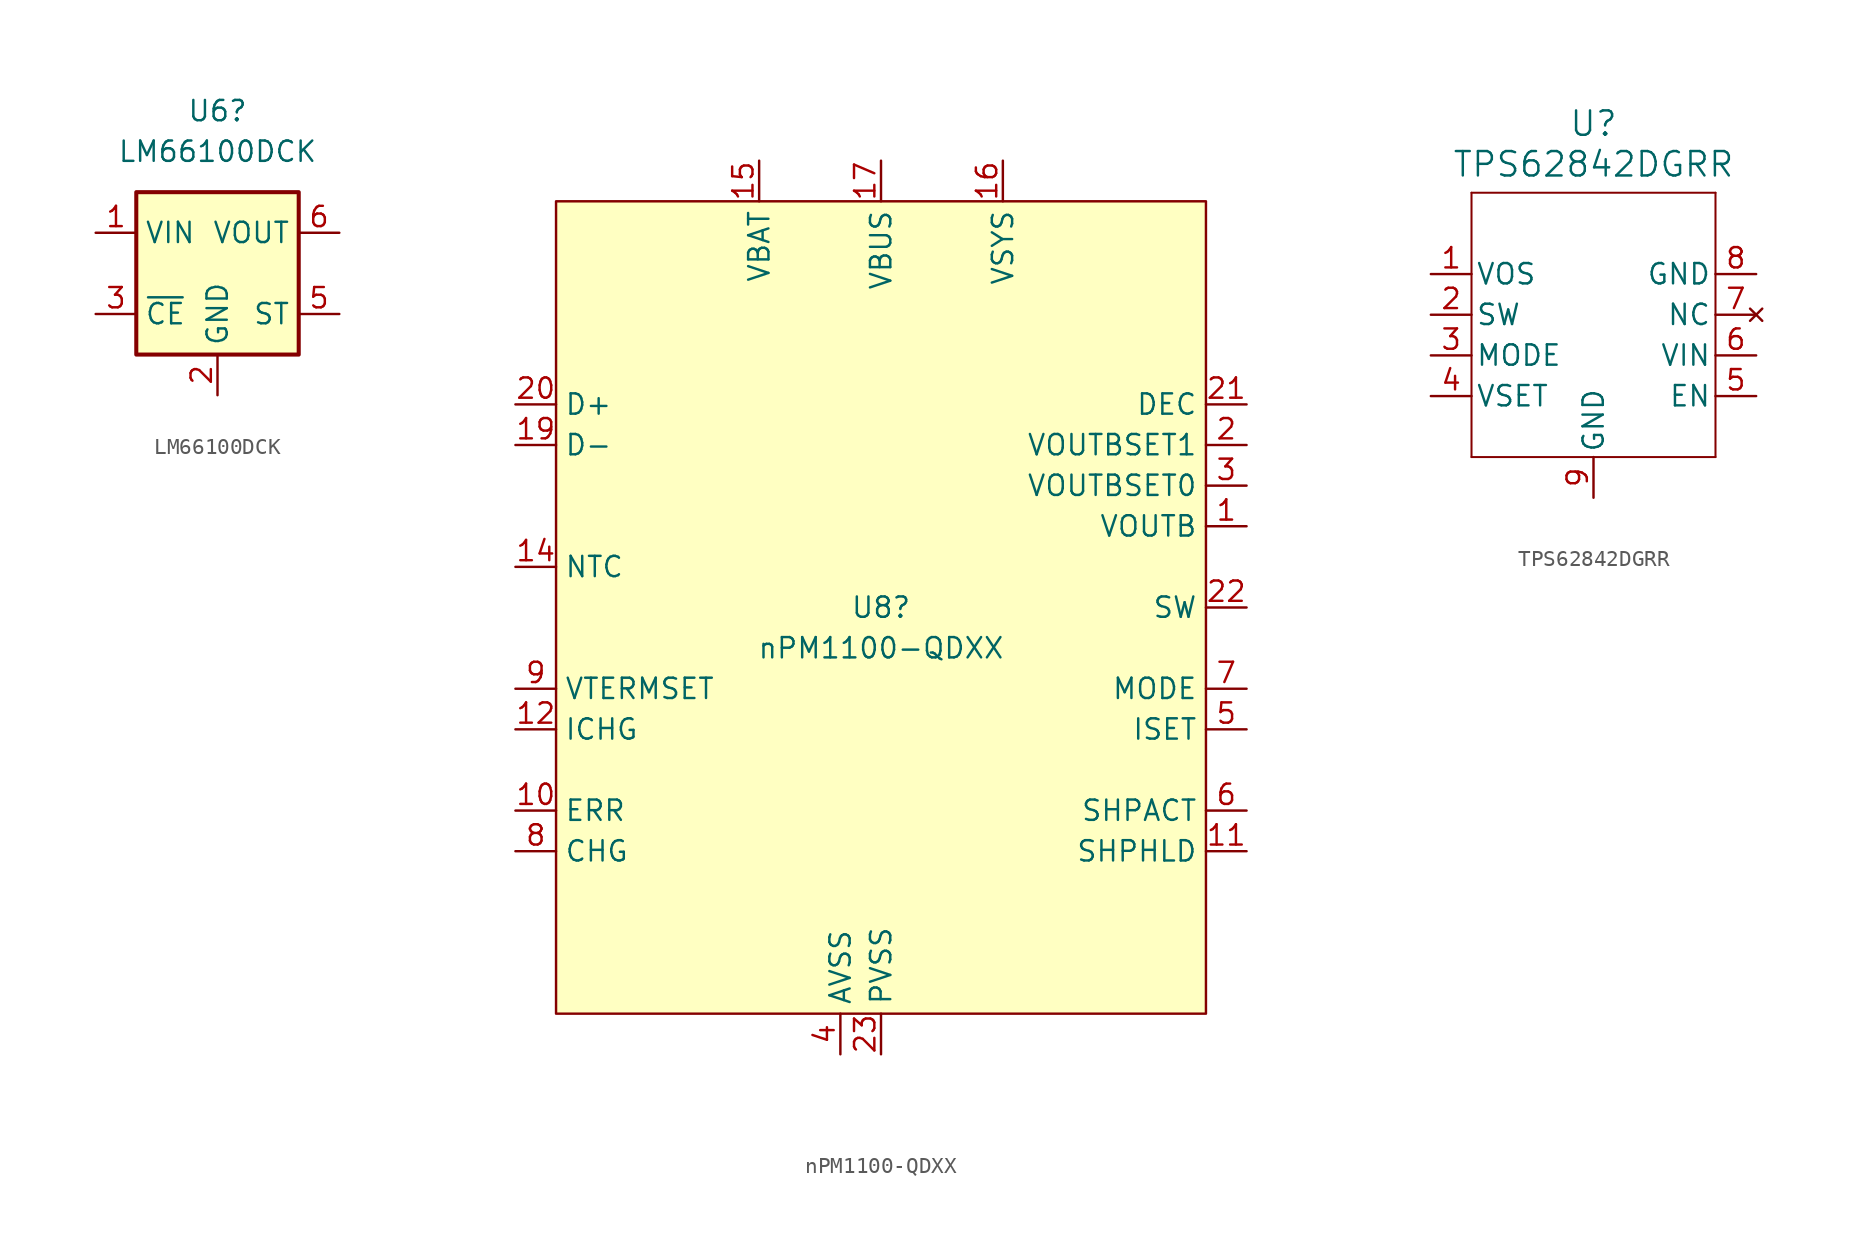
<source format=kicad_sym>
(kicad_symbol_lib
  (version 20241209)
  (generator "kicad_symbol_editor")
  (generator_version "9.0")
  (symbol "LM66100DCK"
    (property "Reference" "U6"
      (at 0 10.16 0)
      (effects (font (size 1.27 1.27))))
    (property "Value" "LM66100DCK"
      (at 0 7.62 0)
      (effects (font (size 1.27 1.27))))
    (symbol "LM66100DCK_0_1"
      (rectangle (start -5.08 5.08) (end 5.08 -5.08) (stroke (width 0.254) (type default)) (fill (type background))))
    (symbol "LM66100DCK_1_1"
      (pin power_in line (at -7.62 2.54 0) (length 2.54) (name "VIN" (effects (font (size 1.27 1.27)))) (number "1" (effects (font (size 1.27 1.27)))))
      (pin input line (at -7.62 -2.54 0) (length 2.54) (name "~{CE}" (effects (font (size 1.27 1.27)))) (number "3" (effects (font (size 1.27 1.27)))))
      (pin no_connect line (at 0 5.08 270) (length 2.54) (hide yes) (name "NC" (effects (font (size 1.27 1.27)))) (number "4" (effects (font (size 1.27 1.27)))))
      (pin power_in line (at 0 -7.62 90) (length 2.54) (name "GND" (effects (font (size 1.27 1.27)))) (number "2" (effects (font (size 1.27 1.27)))))
      (pin power_out line (at 7.62 2.54 180) (length 2.54) (name "VOUT" (effects (font (size 1.27 1.27)))) (number "6" (effects (font (size 1.27 1.27)))))
      (pin open_collector line (at 7.62 -2.54 180) (length 2.54) (name "ST" (effects (font (size 1.27 1.27)))) (number "5" (effects (font (size 1.27 1.27)))))))
  (symbol "nPM1100-QDXX"
    (property "Reference" "U8"
      (at 0 0 0)
      (do_not_autoplace)
      (effects (font (size 1.27 1.27))))
    (property "Value" "nPM1100-QDXX"
      (at 0 -2.54 0)
      (do_not_autoplace)
      (effects (font (size 1.27 1.27))))
    (symbol "nPM1100-QDXX_0_0"
      (pin bidirectional line (at -22.86 12.7 0) (length 2.54) (name "D+" (effects (font (size 1.27 1.27)))) (number "20" (effects (font (size 1.27 1.27)))))
      (pin bidirectional line (at -22.86 10.16 0) (length 2.54) (name "D-" (effects (font (size 1.27 1.27)))) (number "19" (effects (font (size 1.27 1.27)))))
      (pin passive line (at -22.86 2.54 0) (length 2.54) (name "NTC" (effects (font (size 1.27 1.27)))) (number "14" (effects (font (size 1.27 1.27)))))
      (pin passive line (at -22.86 -5.08 0) (length 2.54) (name "VTERMSET" (effects (font (size 1.27 1.27)))) (number "9" (effects (font (size 1.27 1.27)))))
      (pin passive line (at -22.86 -7.62 0) (length 2.54) (name "ICHG" (effects (font (size 1.27 1.27)))) (number "12" (effects (font (size 1.27 1.27)))))
      (pin passive line (at -22.86 -12.7 0) (length 2.54) (name "ERR" (effects (font (size 1.27 1.27)))) (number "10" (effects (font (size 1.27 1.27)))))
      (pin passive line (at -22.86 -15.24 0) (length 2.54) (name "CHG" (effects (font (size 1.27 1.27)))) (number "8" (effects (font (size 1.27 1.27)))))
      (pin bidirectional line (at -7.62 27.94 270) (length 2.54) (name "VBAT" (effects (font (size 1.27 1.27)))) (number "15" (effects (font (size 1.27 1.27)))))
      (pin power_in line (at 0 27.94 270) (length 2.54) (name "VBUS" (effects (font (size 1.27 1.27)))) (number "17" (effects (font (size 1.27 1.27)))))
      (pin power_in line (at 0 -27.94 90) (length 2.54) (name "PVSS" (effects (font (size 1.27 1.27)))) (number "23" (effects (font (size 1.27 1.27)))))
      (pin power_out line (at 7.62 27.94 270) (length 2.54) (name "VSYS" (effects (font (size 1.27 1.27)))) (number "16" (effects (font (size 1.27 1.27)))))
      (pin passive line (at 22.86 12.7 180) (length 2.54) (name "DEC" (effects (font (size 1.27 1.27)))) (number "21" (effects (font (size 1.27 1.27)))))
      (pin passive line (at 22.86 10.16 180) (length 2.54) (name "VOUTBSET1" (effects (font (size 1.27 1.27)))) (number "2" (effects (font (size 1.27 1.27)))))
      (pin power_out line (at 22.86 5.08 180) (length 2.54) (name "VOUTB" (effects (font (size 1.27 1.27)))) (number "1" (effects (font (size 1.27 1.27)))))
      (pin passive line (at 22.86 0 180) (length 2.54) (name "SW" (effects (font (size 1.27 1.27)))) (number "22" (effects (font (size 1.27 1.27)))))
      (pin passive line (at 22.86 -5.08 180) (length 2.54) (name "MODE" (effects (font (size 1.27 1.27)))) (number "7" (effects (font (size 1.27 1.27)))))
      (pin passive line (at 22.86 -7.62 180) (length 2.54) (name "ISET" (effects (font (size 1.27 1.27)))) (number "5" (effects (font (size 1.27 1.27)))))
      (pin passive line (at 22.86 -12.7 180) (length 2.54) (name "SHPACT" (effects (font (size 1.27 1.27)))) (number "6" (effects (font (size 1.27 1.27)))))
      (pin passive line (at 22.86 -15.24 180) (length 2.54) (name "SHPHLD" (effects (font (size 1.27 1.27)))) (number "11" (effects (font (size 1.27 1.27))))))
    (symbol "nPM1100-QDXX_1_0"
      (pin passive line (at -2.54 -27.94 90) (length 2.54) (hide yes) (name "AVSS" (effects (font (size 1.27 1.27)))) (number "25" (effects (font (size 1.27 1.27)))))
      (pin power_in line (at -2.54 -27.94 90) (length 2.54) (name "AVSS" (effects (font (size 1.27 1.27)))) (number "4" (effects (font (size 1.27 1.27)))))
      (pin no_connect line (at 7.62 -25.4 90) (length 2.54) (hide yes) (name "NC" (effects (font (size 1.27 1.27)))) (number "24" (effects (font (size 1.27 1.27)))))
      (pin no_connect line (at 10.16 -25.4 90) (length 2.54) (hide yes) (name "NC" (effects (font (size 1.27 1.27)))) (number "13" (effects (font (size 1.27 1.27)))))
      (pin no_connect line (at 12.7 -25.4 90) (length 2.54) (hide yes) (name "NC" (effects (font (size 1.27 1.27)))) (number "18" (effects (font (size 1.27 1.27)))))
      (pin passive line (at 22.86 7.62 180) (length 2.54) (name "VOUTBSET0" (effects (font (size 1.27 1.27)))) (number "3" (effects (font (size 1.27 1.27))))))
    (symbol "nPM1100-QDXX_1_1"
      (rectangle (start -20.32 25.4) (end 20.32 -25.4) (stroke (width 0) (type default)) (fill (type background)))))
  (symbol "TPS62842DGRR"
    (pin_names
      (offset 0.254))
    (property "Reference" "U"
      (at 0 13.208 0)
      (effects (font (size 1.524 1.524))))
    (property "Value" "TPS62842DGRR"
      (at 0 10.668 0)
      (effects (font (size 1.524 1.524))))
    (symbol "TPS62842DGRR_0_1"
      (polyline (pts (xy -7.62 8.89) (xy -7.62 -7.62)) (stroke (width 0.127) (type default)) (fill (type none)))
      (polyline (pts (xy -7.62 -7.62) (xy 7.62 -7.62)) (stroke (width 0.127) (type default)) (fill (type none)))
      (polyline (pts (xy 7.62 8.89) (xy -7.62 8.89)) (stroke (width 0.127) (type default)) (fill (type none)))
      (polyline (pts (xy 7.62 -7.62) (xy 7.62 8.89)) (stroke (width 0.127) (type default)) (fill (type none))))
    (symbol "TPS62842DGRR_1_1"
      (pin power_out line (at -10.16 3.81 0) (length 2.54) (name "VOS" (effects (font (size 1.27 1.27)))) (number "1" (effects (font (size 1.27 1.27)))))
      (pin power_out line (at -10.16 1.27 0) (length 2.54) (name "SW" (effects (font (size 1.27 1.27)))) (number "2" (effects (font (size 1.27 1.27)))))
      (pin input line (at -10.16 -1.27 0) (length 2.54) (name "MODE" (effects (font (size 1.27 1.27)))) (number "3" (effects (font (size 1.27 1.27)))))
      (pin input line (at -10.16 -3.81 0) (length 2.54) (name "VSET" (effects (font (size 1.27 1.27)))) (number "4" (effects (font (size 1.27 1.27)))))
      (pin power_out line (at 0 -10.16 90) (length 2.54) (name "GND" (effects (font (size 1.27 1.27)))) (number "9" (effects (font (size 1.27 1.27)))))
      (pin power_out line (at 10.16 3.81 180) (length 2.54) (name "GND" (effects (font (size 1.27 1.27)))) (number "8" (effects (font (size 1.27 1.27)))))
      (pin no_connect line (at 10.16 1.27 180) (length 2.54) (name "NC" (effects (font (size 1.27 1.27)))) (number "7" (effects (font (size 1.27 1.27)))))
      (pin power_in line (at 10.16 -1.27 180) (length 2.54) (name "VIN" (effects (font (size 1.27 1.27)))) (number "6" (effects (font (size 1.27 1.27)))))
      (pin input line (at 10.16 -3.81 180) (length 2.54) (name "EN" (effects (font (size 1.27 1.27)))) (number "5" (effects (font (size 1.27 1.27))))))))
</source>
